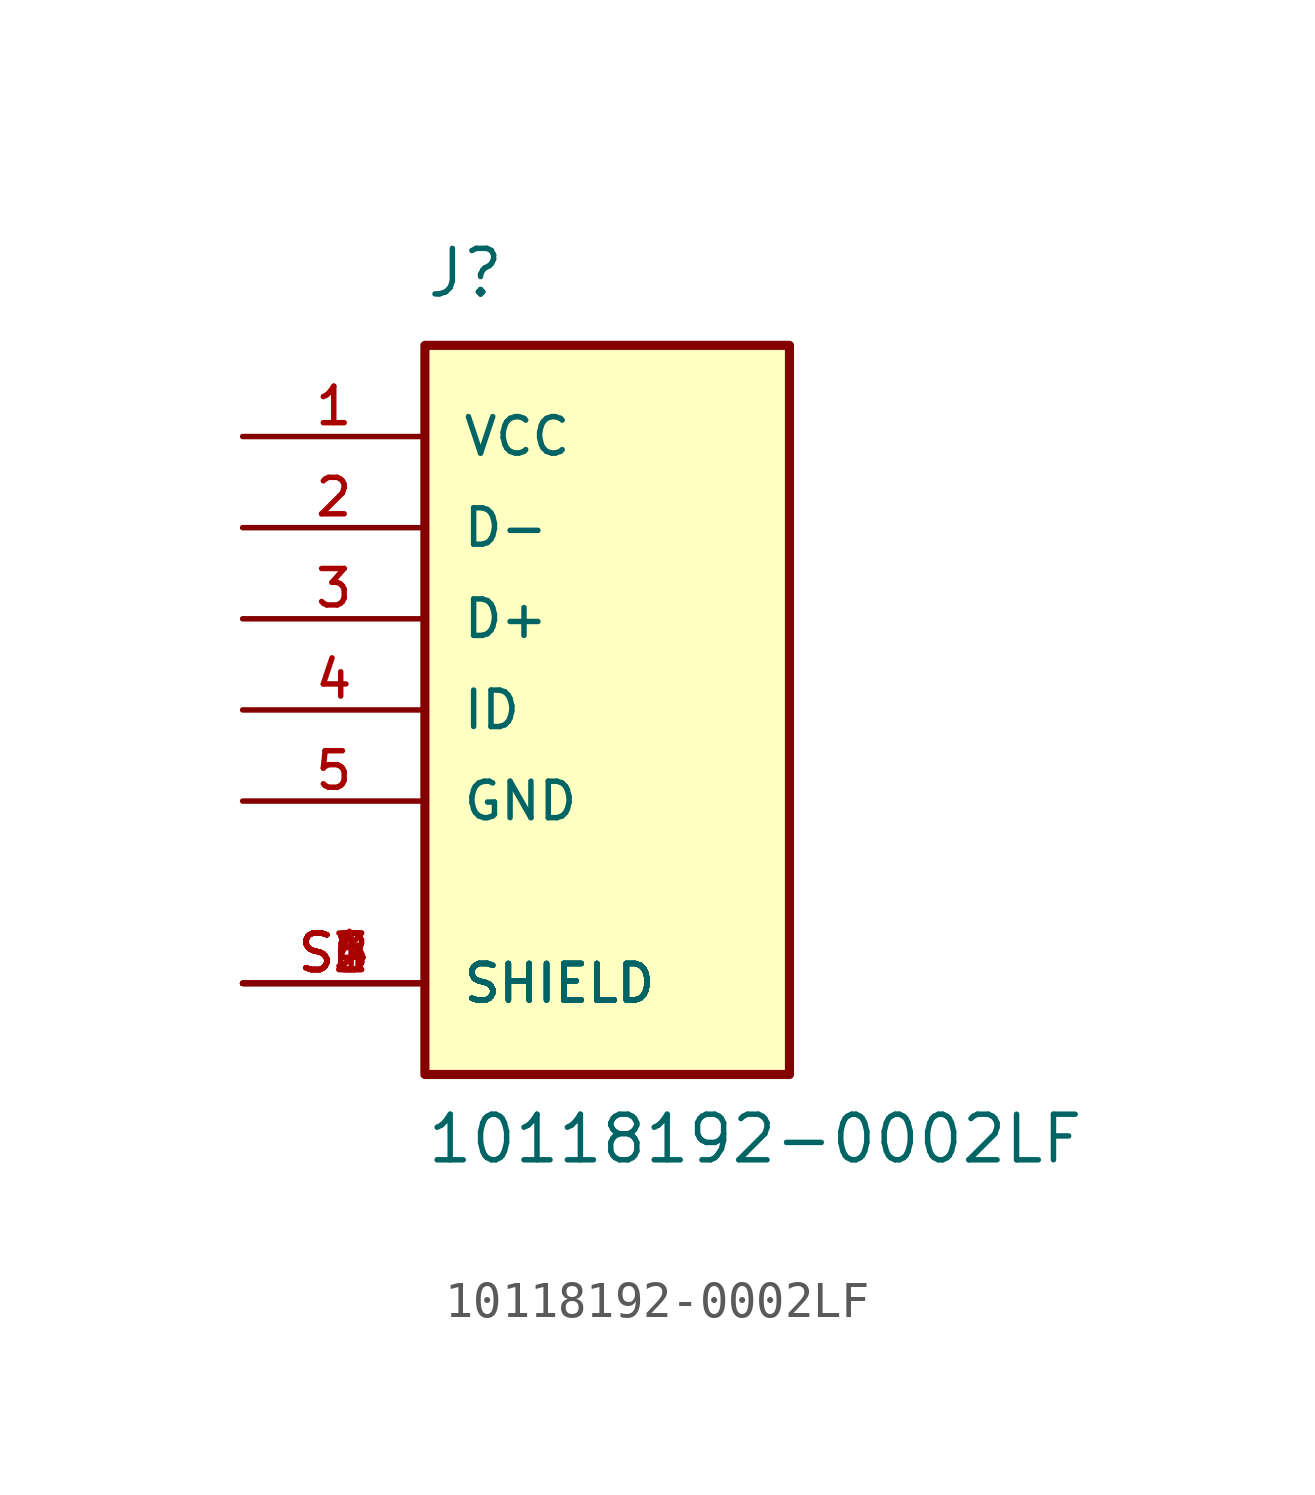
<source format=kicad_sym>
(kicad_symbol_lib
  (version 20211014)
  (generator kicad_symbol_editor)
  (symbol "10118192-0002LF"
    (pin_names
      (offset 1.016))
    (property "Reference" "J"
      (at -5.08 11.43 0)
      (effects (font (size 1.27 1.27)) (justify bottom left)))
    (property "Value" "10118192-0002LF"
      (at -5.08 -12.7 0)
      (effects (font (size 1.27 1.27)) (justify bottom left)))
    (symbol "10118192-0002LF_0_0"
      (rectangle (start -5.08 -10.16) (end 5.08 10.16) (stroke (width 0.254)) (fill (type background)))
      (pin bidirectional line (at -10.16 5.08 0) (length 5.08) (name "D-" (effects (font (size 1.016 1.016)))) (number "2" (effects (font (size 1.016 1.016)))))
      (pin bidirectional line (at -10.16 2.54 0) (length 5.08) (name "D+" (effects (font (size 1.016 1.016)))) (number "3" (effects (font (size 1.016 1.016)))))
      (pin bidirectional line (at -10.16 0.0 0) (length 5.08) (name "ID" (effects (font (size 1.016 1.016)))) (number "4" (effects (font (size 1.016 1.016)))))
      (pin power_in line (at -10.16 7.62 0) (length 5.08) (name "VCC" (effects (font (size 1.016 1.016)))) (number "1" (effects (font (size 1.016 1.016)))))
      (pin power_in line (at -10.16 -2.54 0) (length 5.08) (name "GND" (effects (font (size 1.016 1.016)))) (number "5" (effects (font (size 1.016 1.016)))))
      (pin passive line (at -10.16 -7.62 0) (length 5.08) (name "SHIELD" (effects (font (size 1.016 1.016)))) (number "S1" (effects (font (size 1.016 1.016)))))
      (pin passive line (at -10.16 -7.62 0) (length 5.08) (name "SHIELD" (effects (font (size 1.016 1.016)))) (number "S2" (effects (font (size 1.016 1.016)))))
      (pin passive line (at -10.16 -7.62 0) (length 5.08) (name "SHIELD" (effects (font (size 1.016 1.016)))) (number "S3" (effects (font (size 1.016 1.016)))))
      (pin passive line (at -10.16 -7.62 0) (length 5.08) (name "SHIELD" (effects (font (size 1.016 1.016)))) (number "S4" (effects (font (size 1.016 1.016)))))
      (pin passive line (at -10.16 -7.62 0) (length 5.08) (name "SHIELD" (effects (font (size 1.016 1.016)))) (number "S5" (effects (font (size 1.016 1.016)))))
      (pin passive line (at -10.16 -7.62 0) (length 5.08) (name "SHIELD" (effects (font (size 1.016 1.016)))) (number "S6" (effects (font (size 1.016 1.016))))))))
</source>
